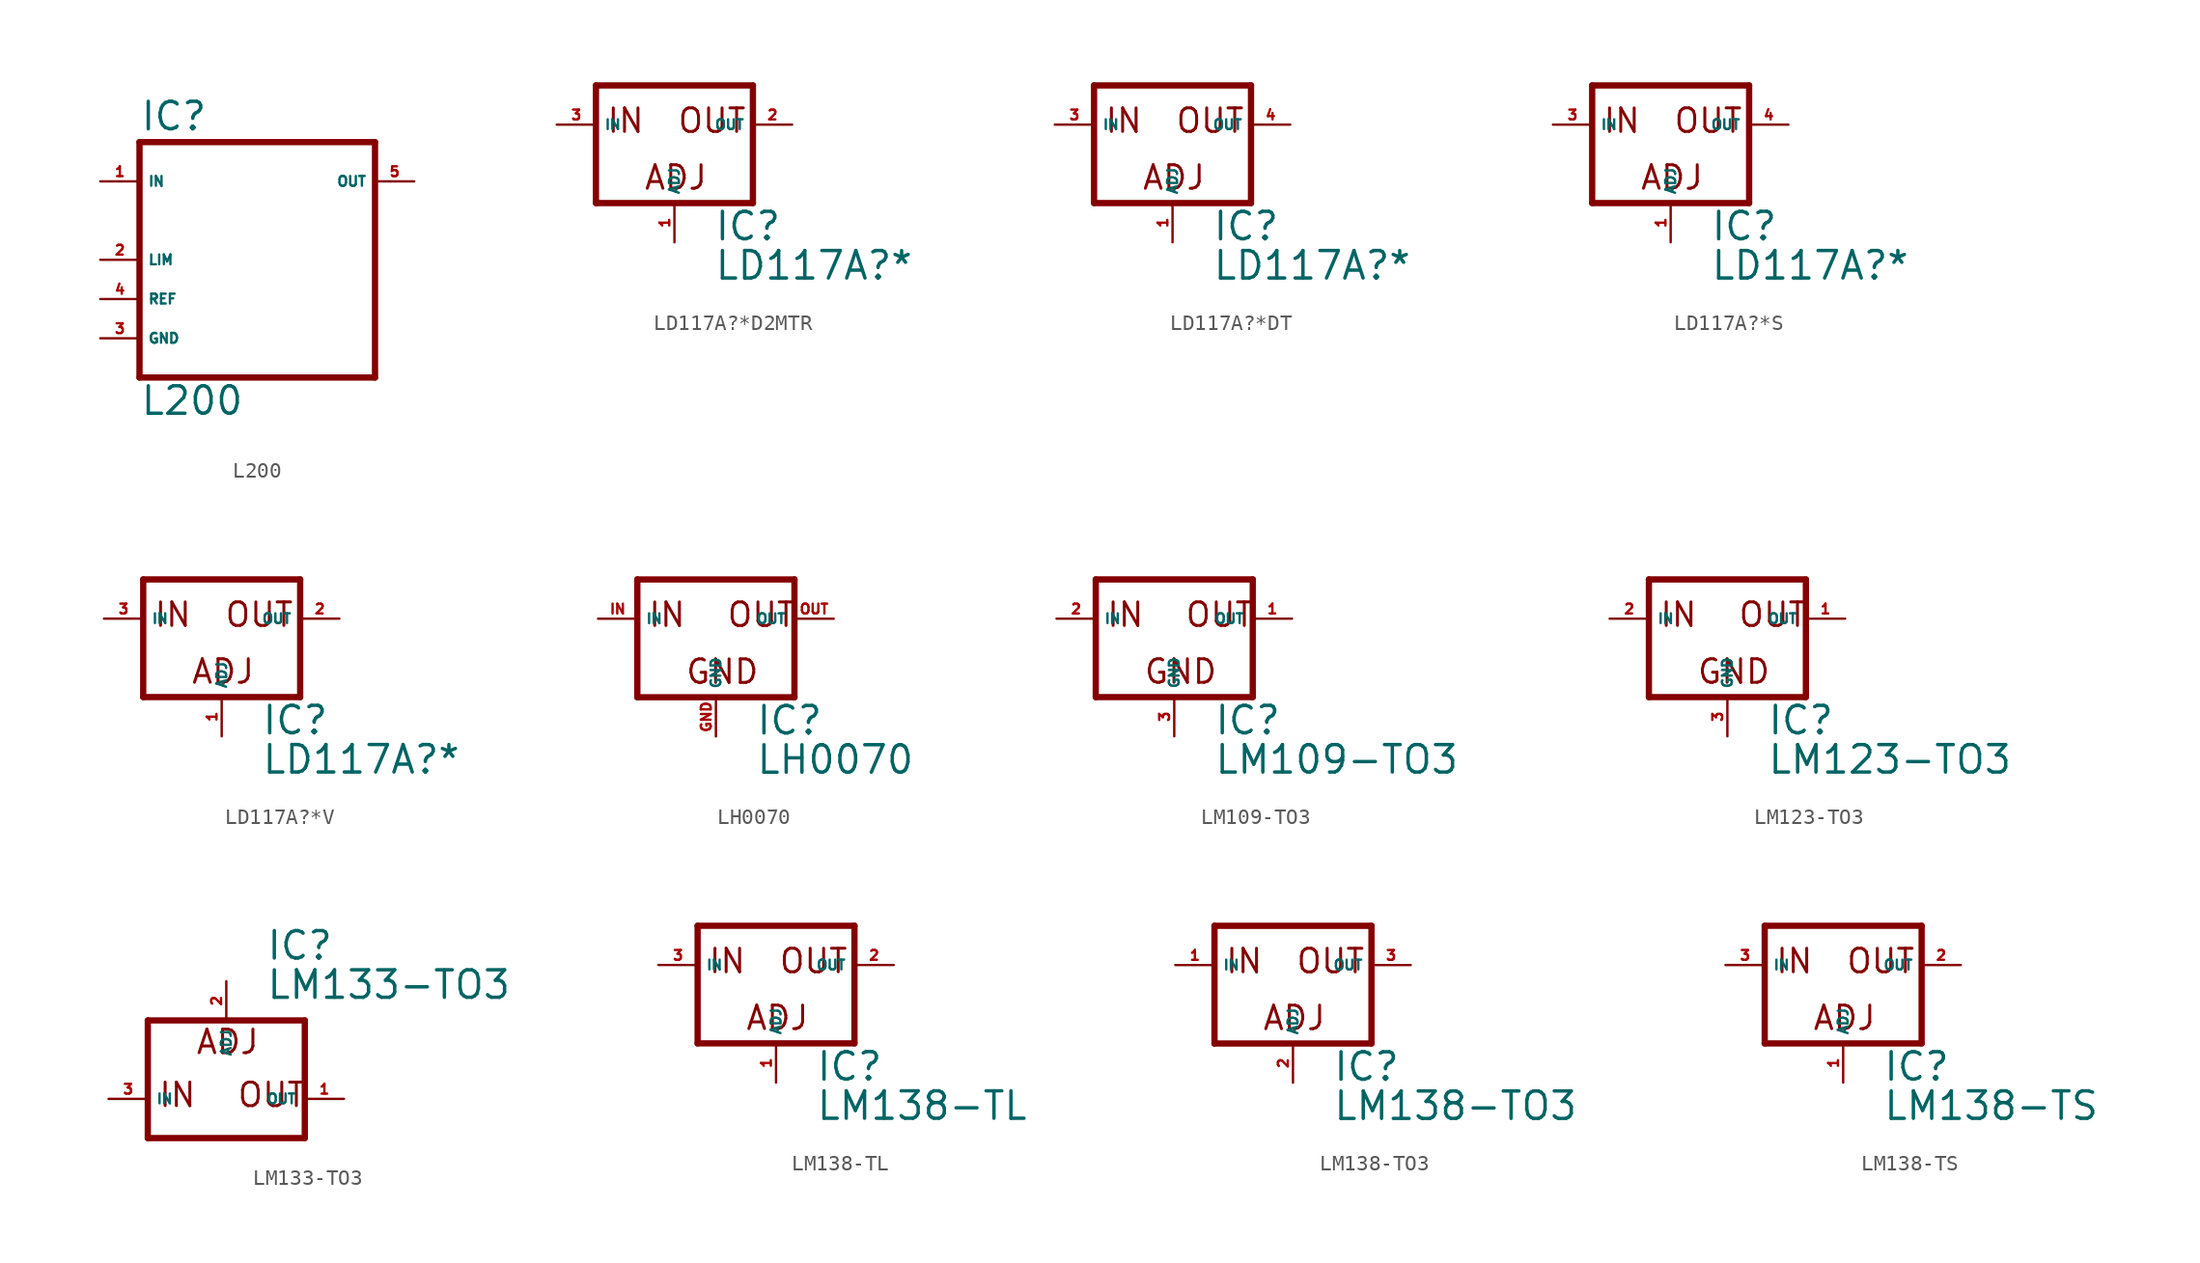
<source format=kicad_sym>
(kicad_symbol_lib
  (version 20220914)
  (generator Eagle2Kicad)
  (symbol "L200"
    (property "Reference" "IC"
      (at -7.62 8.255 0)
      (effects (font (size 1.778 1.778) (thickness 0.22)) (justify left bottom)))
    (property "Value" "L200"
      (at -7.62 -10.16 0)
      (effects (font (size 1.778 1.778) (thickness 0.22)) (justify left bottom)))
    (polyline
      (pts (xy -7.62 -7.62) (xy 7.62 -7.62))
      (stroke (width 0.406) (type default))
      (fill (type none)))
    (polyline
      (pts (xy 7.62 -7.62) (xy 7.62 7.62))
      (stroke (width 0.406) (type default))
      (fill (type none)))
    (polyline
      (pts (xy 7.62 7.62) (xy -7.62 7.62))
      (stroke (width 0.406) (type default))
      (fill (type none)))
    (polyline
      (pts (xy -7.62 7.62) (xy -7.62 -7.62))
      (stroke (width 0.406) (type default))
      (fill (type none)))
    (pin input line
      (at -10.16 5.08 0)
      (length 2.54)
      (name "IN" (effects (font (size 0.635 0.635) (thickness 0.08)) (justify left bottom)))
      (number "1" (effects (font (size 0.635 0.635) (thickness 0.08)) (justify left bottom))))
    (pin passive line
      (at -10.16 -5.08 0)
      (length 2.54)
      (name "GND" (effects (font (size 0.635 0.635) (thickness 0.08)) (justify left bottom)))
      (number "3" (effects (font (size 0.635 0.635) (thickness 0.08)) (justify left bottom))))
    (pin passive line
      (at 10.16 5.08 180)
      (length 2.54)
      (name "OUT" (effects (font (size 0.635 0.635) (thickness 0.08)) (justify left bottom)))
      (number "5" (effects (font (size 0.635 0.635) (thickness 0.08)) (justify left bottom))))
    (pin input line
      (at -10.16 -2.54 0)
      (length 2.54)
      (name "REF" (effects (font (size 0.635 0.635) (thickness 0.08)) (justify left bottom)))
      (number "4" (effects (font (size 0.635 0.635) (thickness 0.08)) (justify left bottom))))
    (pin input line
      (at -10.16 0 0)
      (length 2.54)
      (name "LIM" (effects (font (size 0.635 0.635) (thickness 0.08)) (justify left bottom)))
      (number "2" (effects (font (size 0.635 0.635) (thickness 0.08)) (justify left bottom)))))
  (symbol "LD117A?*D2MTR"
    (property "Reference" "IC"
      (at 2.54 -7.62 0)
      (effects (font (size 1.778 1.778) (thickness 0.22)) (justify left bottom)))
    (property "Value" "LD117A?*"
      (at 2.54 -10.16 0)
      (effects (font (size 1.778 1.778) (thickness 0.22)) (justify left bottom)))
    (polyline
      (pts (xy -5.08 -5.08) (xy 5.08 -5.08))
      (stroke (width 0.406) (type default))
      (fill (type none)))
    (polyline
      (pts (xy 5.08 -5.08) (xy 5.08 2.54))
      (stroke (width 0.406) (type default))
      (fill (type none)))
    (polyline
      (pts (xy 5.08 2.54) (xy -5.08 2.54))
      (stroke (width 0.406) (type default))
      (fill (type none)))
    (polyline
      (pts (xy -5.08 2.54) (xy -5.08 -5.08))
      (stroke (width 0.406) (type default))
      (fill (type none)))
    (text "ADJ"
      (at -2.032 -4.318 0)
      (effects (font (size 1.524 1.524) (thickness 0.19)) (justify left bottom)))
    (text "IN"
      (at -4.445 -0.635 0)
      (effects (font (size 1.524 1.524) (thickness 0.19)) (justify left bottom)))
    (text "OUT"
      (at 0.127 -0.635 0)
      (effects (font (size 1.524 1.524) (thickness 0.19)) (justify left bottom)))
    (pin input line
      (at -7.62 0 0)
      (length 2.54)
      (name "IN" (effects (font (size 0.635 0.635) (thickness 0.08)) (justify left bottom)))
      (number "3" (effects (font (size 0.635 0.635) (thickness 0.08)) (justify left bottom))))
    (pin input line
      (at 0 -7.62 90)
      (length 2.54)
      (name "ADJ" (effects (font (size 0.635 0.635) (thickness 0.08)) (justify left bottom)))
      (number "1" (effects (font (size 0.635 0.635) (thickness 0.08)) (justify left bottom))))
    (pin passive line
      (at 7.62 0 180)
      (length 2.54)
      (name "OUT" (effects (font (size 0.635 0.635) (thickness 0.08)) (justify left bottom)))
      (number "2" (effects (font (size 0.635 0.635) (thickness 0.08)) (justify left bottom)))))
  (symbol "LD117A?*DT"
    (property "Reference" "IC"
      (at 2.54 -7.62 0)
      (effects (font (size 1.778 1.778) (thickness 0.22)) (justify left bottom)))
    (property "Value" "LD117A?*"
      (at 2.54 -10.16 0)
      (effects (font (size 1.778 1.778) (thickness 0.22)) (justify left bottom)))
    (polyline
      (pts (xy -5.08 -5.08) (xy 5.08 -5.08))
      (stroke (width 0.406) (type default))
      (fill (type none)))
    (polyline
      (pts (xy 5.08 -5.08) (xy 5.08 2.54))
      (stroke (width 0.406) (type default))
      (fill (type none)))
    (polyline
      (pts (xy 5.08 2.54) (xy -5.08 2.54))
      (stroke (width 0.406) (type default))
      (fill (type none)))
    (polyline
      (pts (xy -5.08 2.54) (xy -5.08 -5.08))
      (stroke (width 0.406) (type default))
      (fill (type none)))
    (text "ADJ"
      (at -2.032 -4.318 0)
      (effects (font (size 1.524 1.524) (thickness 0.19)) (justify left bottom)))
    (text "IN"
      (at -4.445 -0.635 0)
      (effects (font (size 1.524 1.524) (thickness 0.19)) (justify left bottom)))
    (text "OUT"
      (at 0.127 -0.635 0)
      (effects (font (size 1.524 1.524) (thickness 0.19)) (justify left bottom)))
    (pin input line
      (at -7.62 0 0)
      (length 2.54)
      (name "IN" (effects (font (size 0.635 0.635) (thickness 0.08)) (justify left bottom)))
      (number "3" (effects (font (size 0.635 0.635) (thickness 0.08)) (justify left bottom))))
    (pin input line
      (at 0 -7.62 90)
      (length 2.54)
      (name "ADJ" (effects (font (size 0.635 0.635) (thickness 0.08)) (justify left bottom)))
      (number "1" (effects (font (size 0.635 0.635) (thickness 0.08)) (justify left bottom))))
    (pin passive line
      (at 7.62 0 180)
      (length 2.54)
      (name "OUT" (effects (font (size 0.635 0.635) (thickness 0.08)) (justify left bottom)))
      (number "4" (effects (font (size 0.635 0.635) (thickness 0.08)) (justify left bottom)))))
  (symbol "LD117A?*S"
    (property "Reference" "IC"
      (at 2.54 -7.62 0)
      (effects (font (size 1.778 1.778) (thickness 0.22)) (justify left bottom)))
    (property "Value" "LD117A?*"
      (at 2.54 -10.16 0)
      (effects (font (size 1.778 1.778) (thickness 0.22)) (justify left bottom)))
    (polyline
      (pts (xy -5.08 -5.08) (xy 5.08 -5.08))
      (stroke (width 0.406) (type default))
      (fill (type none)))
    (polyline
      (pts (xy 5.08 -5.08) (xy 5.08 2.54))
      (stroke (width 0.406) (type default))
      (fill (type none)))
    (polyline
      (pts (xy 5.08 2.54) (xy -5.08 2.54))
      (stroke (width 0.406) (type default))
      (fill (type none)))
    (polyline
      (pts (xy -5.08 2.54) (xy -5.08 -5.08))
      (stroke (width 0.406) (type default))
      (fill (type none)))
    (text "ADJ"
      (at -2.032 -4.318 0)
      (effects (font (size 1.524 1.524) (thickness 0.19)) (justify left bottom)))
    (text "IN"
      (at -4.445 -0.635 0)
      (effects (font (size 1.524 1.524) (thickness 0.19)) (justify left bottom)))
    (text "OUT"
      (at 0.127 -0.635 0)
      (effects (font (size 1.524 1.524) (thickness 0.19)) (justify left bottom)))
    (pin input line
      (at -7.62 0 0)
      (length 2.54)
      (name "IN" (effects (font (size 0.635 0.635) (thickness 0.08)) (justify left bottom)))
      (number "3" (effects (font (size 0.635 0.635) (thickness 0.08)) (justify left bottom))))
    (pin input line
      (at 0 -7.62 90)
      (length 2.54)
      (name "ADJ" (effects (font (size 0.635 0.635) (thickness 0.08)) (justify left bottom)))
      (number "1" (effects (font (size 0.635 0.635) (thickness 0.08)) (justify left bottom))))
    (pin passive line
      (at 7.62 0 180)
      (length 2.54)
      (name "OUT" (effects (font (size 0.635 0.635) (thickness 0.08)) (justify left bottom)))
      (number "4" (effects (font (size 0.635 0.635) (thickness 0.08)) (justify left bottom)))))
  (symbol "LD117A?*V"
    (property "Reference" "IC"
      (at 2.54 -7.62 0)
      (effects (font (size 1.778 1.778) (thickness 0.22)) (justify left bottom)))
    (property "Value" "LD117A?*"
      (at 2.54 -10.16 0)
      (effects (font (size 1.778 1.778) (thickness 0.22)) (justify left bottom)))
    (polyline
      (pts (xy -5.08 -5.08) (xy 5.08 -5.08))
      (stroke (width 0.406) (type default))
      (fill (type none)))
    (polyline
      (pts (xy 5.08 -5.08) (xy 5.08 2.54))
      (stroke (width 0.406) (type default))
      (fill (type none)))
    (polyline
      (pts (xy 5.08 2.54) (xy -5.08 2.54))
      (stroke (width 0.406) (type default))
      (fill (type none)))
    (polyline
      (pts (xy -5.08 2.54) (xy -5.08 -5.08))
      (stroke (width 0.406) (type default))
      (fill (type none)))
    (text "ADJ"
      (at -2.032 -4.318 0)
      (effects (font (size 1.524 1.524) (thickness 0.19)) (justify left bottom)))
    (text "IN"
      (at -4.445 -0.635 0)
      (effects (font (size 1.524 1.524) (thickness 0.19)) (justify left bottom)))
    (text "OUT"
      (at 0.127 -0.635 0)
      (effects (font (size 1.524 1.524) (thickness 0.19)) (justify left bottom)))
    (pin input line
      (at -7.62 0 0)
      (length 2.54)
      (name "IN" (effects (font (size 0.635 0.635) (thickness 0.08)) (justify left bottom)))
      (number "3" (effects (font (size 0.635 0.635) (thickness 0.08)) (justify left bottom))))
    (pin input line
      (at 0 -7.62 90)
      (length 2.54)
      (name "ADJ" (effects (font (size 0.635 0.635) (thickness 0.08)) (justify left bottom)))
      (number "1" (effects (font (size 0.635 0.635) (thickness 0.08)) (justify left bottom))))
    (pin passive line
      (at 7.62 0 180)
      (length 2.54)
      (name "OUT" (effects (font (size 0.635 0.635) (thickness 0.08)) (justify left bottom)))
      (number "2" (effects (font (size 0.635 0.635) (thickness 0.08)) (justify left bottom)))))
  (symbol "LH0070"
    (property "Reference" "IC"
      (at 2.54 -7.62 0)
      (effects (font (size 1.778 1.778) (thickness 0.22)) (justify left bottom)))
    (property "Value" "LH0070"
      (at 2.54 -10.16 0)
      (effects (font (size 1.778 1.778) (thickness 0.22)) (justify left bottom)))
    (polyline
      (pts (xy -5.08 -5.08) (xy 5.08 -5.08))
      (stroke (width 0.406) (type default))
      (fill (type none)))
    (polyline
      (pts (xy 5.08 -5.08) (xy 5.08 2.54))
      (stroke (width 0.406) (type default))
      (fill (type none)))
    (polyline
      (pts (xy 5.08 2.54) (xy -5.08 2.54))
      (stroke (width 0.406) (type default))
      (fill (type none)))
    (polyline
      (pts (xy -5.08 2.54) (xy -5.08 -5.08))
      (stroke (width 0.406) (type default))
      (fill (type none)))
    (text "GND"
      (at -2.032 -4.318 0)
      (effects (font (size 1.524 1.524) (thickness 0.19)) (justify left bottom)))
    (text "IN"
      (at -4.445 -0.635 0)
      (effects (font (size 1.524 1.524) (thickness 0.19)) (justify left bottom)))
    (text "OUT"
      (at 0.635 -0.635 0)
      (effects (font (size 1.524 1.524) (thickness 0.19)) (justify left bottom)))
    (pin input line
      (at -7.62 0 0)
      (length 2.54)
      (name "IN" (effects (font (size 0.635 0.635) (thickness 0.08)) (justify left bottom)))
      (number "IN" (effects (font (size 0.635 0.635) (thickness 0.08)) (justify left bottom))))
    (pin input line
      (at 0 -7.62 90)
      (length 2.54)
      (name "GND" (effects (font (size 0.635 0.635) (thickness 0.08)) (justify left bottom)))
      (number "GND" (effects (font (size 0.635 0.635) (thickness 0.08)) (justify left bottom))))
    (pin passive line
      (at 7.62 0 180)
      (length 2.54)
      (name "OUT" (effects (font (size 0.635 0.635) (thickness 0.08)) (justify left bottom)))
      (number "OUT" (effects (font (size 0.635 0.635) (thickness 0.08)) (justify left bottom)))))
  (symbol "LM109-TO3"
    (property "Reference" "IC"
      (at 2.54 -7.62 0)
      (effects (font (size 1.778 1.778) (thickness 0.22)) (justify left bottom)))
    (property "Value" "LM109-TO3"
      (at 2.54 -10.16 0)
      (effects (font (size 1.778 1.778) (thickness 0.22)) (justify left bottom)))
    (polyline
      (pts (xy -5.08 -5.08) (xy 5.08 -5.08))
      (stroke (width 0.406) (type default))
      (fill (type none)))
    (polyline
      (pts (xy 5.08 -5.08) (xy 5.08 2.54))
      (stroke (width 0.406) (type default))
      (fill (type none)))
    (polyline
      (pts (xy 5.08 2.54) (xy -5.08 2.54))
      (stroke (width 0.406) (type default))
      (fill (type none)))
    (polyline
      (pts (xy -5.08 2.54) (xy -5.08 -5.08))
      (stroke (width 0.406) (type default))
      (fill (type none)))
    (text "GND"
      (at -2.032 -4.318 0)
      (effects (font (size 1.524 1.524) (thickness 0.19)) (justify left bottom)))
    (text "IN"
      (at -4.445 -0.635 0)
      (effects (font (size 1.524 1.524) (thickness 0.19)) (justify left bottom)))
    (text "OUT"
      (at 0.635 -0.635 0)
      (effects (font (size 1.524 1.524) (thickness 0.19)) (justify left bottom)))
    (pin input line
      (at -7.62 0 0)
      (length 2.54)
      (name "IN" (effects (font (size 0.635 0.635) (thickness 0.08)) (justify left bottom)))
      (number "2" (effects (font (size 0.635 0.635) (thickness 0.08)) (justify left bottom))))
    (pin input line
      (at 0 -7.62 90)
      (length 2.54)
      (name "GND" (effects (font (size 0.635 0.635) (thickness 0.08)) (justify left bottom)))
      (number "3" (effects (font (size 0.635 0.635) (thickness 0.08)) (justify left bottom))))
    (pin passive line
      (at 7.62 0 180)
      (length 2.54)
      (name "OUT" (effects (font (size 0.635 0.635) (thickness 0.08)) (justify left bottom)))
      (number "1" (effects (font (size 0.635 0.635) (thickness 0.08)) (justify left bottom)))))
  (symbol "LM123-TO3"
    (property "Reference" "IC"
      (at 2.54 -7.62 0)
      (effects (font (size 1.778 1.778) (thickness 0.22)) (justify left bottom)))
    (property "Value" "LM123-TO3"
      (at 2.54 -10.16 0)
      (effects (font (size 1.778 1.778) (thickness 0.22)) (justify left bottom)))
    (polyline
      (pts (xy -5.08 -5.08) (xy 5.08 -5.08))
      (stroke (width 0.406) (type default))
      (fill (type none)))
    (polyline
      (pts (xy 5.08 -5.08) (xy 5.08 2.54))
      (stroke (width 0.406) (type default))
      (fill (type none)))
    (polyline
      (pts (xy 5.08 2.54) (xy -5.08 2.54))
      (stroke (width 0.406) (type default))
      (fill (type none)))
    (polyline
      (pts (xy -5.08 2.54) (xy -5.08 -5.08))
      (stroke (width 0.406) (type default))
      (fill (type none)))
    (text "GND"
      (at -2.032 -4.318 0)
      (effects (font (size 1.524 1.524) (thickness 0.19)) (justify left bottom)))
    (text "IN"
      (at -4.445 -0.635 0)
      (effects (font (size 1.524 1.524) (thickness 0.19)) (justify left bottom)))
    (text "OUT"
      (at 0.635 -0.635 0)
      (effects (font (size 1.524 1.524) (thickness 0.19)) (justify left bottom)))
    (pin input line
      (at -7.62 0 0)
      (length 2.54)
      (name "IN" (effects (font (size 0.635 0.635) (thickness 0.08)) (justify left bottom)))
      (number "2" (effects (font (size 0.635 0.635) (thickness 0.08)) (justify left bottom))))
    (pin input line
      (at 0 -7.62 90)
      (length 2.54)
      (name "GND" (effects (font (size 0.635 0.635) (thickness 0.08)) (justify left bottom)))
      (number "3" (effects (font (size 0.635 0.635) (thickness 0.08)) (justify left bottom))))
    (pin passive line
      (at 7.62 0 180)
      (length 2.54)
      (name "OUT" (effects (font (size 0.635 0.635) (thickness 0.08)) (justify left bottom)))
      (number "1" (effects (font (size 0.635 0.635) (thickness 0.08)) (justify left bottom)))))
  (symbol "LM133-TO3"
    (property "Reference" "IC"
      (at 2.54 8.89 0)
      (effects (font (size 1.778 1.778) (thickness 0.22)) (justify left bottom)))
    (property "Value" "LM133-TO3"
      (at 2.54 6.35 0)
      (effects (font (size 1.778 1.778) (thickness 0.22)) (justify left bottom)))
    (polyline
      (pts (xy -5.08 -2.54) (xy 5.08 -2.54))
      (stroke (width 0.406) (type default))
      (fill (type none)))
    (polyline
      (pts (xy 5.08 -2.54) (xy 5.08 5.08))
      (stroke (width 0.406) (type default))
      (fill (type none)))
    (polyline
      (pts (xy 5.08 5.08) (xy -5.08 5.08))
      (stroke (width 0.406) (type default))
      (fill (type none)))
    (polyline
      (pts (xy -5.08 5.08) (xy -5.08 -2.54))
      (stroke (width 0.406) (type default))
      (fill (type none)))
    (text "ADJ"
      (at -2.032 2.794 0)
      (effects (font (size 1.524 1.524) (thickness 0.19)) (justify left bottom)))
    (text "IN"
      (at -4.445 -0.635 0)
      (effects (font (size 1.524 1.524) (thickness 0.19)) (justify left bottom)))
    (text "OUT"
      (at 0.635 -0.635 0)
      (effects (font (size 1.524 1.524) (thickness 0.19)) (justify left bottom)))
    (pin input line
      (at -7.62 0 0)
      (length 2.54)
      (name "IN" (effects (font (size 0.635 0.635) (thickness 0.08)) (justify left bottom)))
      (number "3" (effects (font (size 0.635 0.635) (thickness 0.08)) (justify left bottom))))
    (pin input line
      (at 0 7.62 270)
      (length 2.54)
      (name "ADJ" (effects (font (size 0.635 0.635) (thickness 0.08)) (justify left bottom)))
      (number "2" (effects (font (size 0.635 0.635) (thickness 0.08)) (justify left bottom))))
    (pin passive line
      (at 7.62 0 180)
      (length 2.54)
      (name "OUT" (effects (font (size 0.635 0.635) (thickness 0.08)) (justify left bottom)))
      (number "1" (effects (font (size 0.635 0.635) (thickness 0.08)) (justify left bottom)))))
  (symbol "LM138-TL"
    (property "Reference" "IC"
      (at 2.54 -7.62 0)
      (effects (font (size 1.778 1.778) (thickness 0.22)) (justify left bottom)))
    (property "Value" "LM138-TL"
      (at 2.54 -10.16 0)
      (effects (font (size 1.778 1.778) (thickness 0.22)) (justify left bottom)))
    (polyline
      (pts (xy -5.08 -5.08) (xy 5.08 -5.08))
      (stroke (width 0.406) (type default))
      (fill (type none)))
    (polyline
      (pts (xy 5.08 -5.08) (xy 5.08 2.54))
      (stroke (width 0.406) (type default))
      (fill (type none)))
    (polyline
      (pts (xy 5.08 2.54) (xy -5.08 2.54))
      (stroke (width 0.406) (type default))
      (fill (type none)))
    (polyline
      (pts (xy -5.08 2.54) (xy -5.08 -5.08))
      (stroke (width 0.406) (type default))
      (fill (type none)))
    (text "ADJ"
      (at -2.032 -4.318 0)
      (effects (font (size 1.524 1.524) (thickness 0.19)) (justify left bottom)))
    (text "IN"
      (at -4.445 -0.635 0)
      (effects (font (size 1.524 1.524) (thickness 0.19)) (justify left bottom)))
    (text "OUT"
      (at 0.127 -0.635 0)
      (effects (font (size 1.524 1.524) (thickness 0.19)) (justify left bottom)))
    (pin input line
      (at -7.62 0 0)
      (length 2.54)
      (name "IN" (effects (font (size 0.635 0.635) (thickness 0.08)) (justify left bottom)))
      (number "3" (effects (font (size 0.635 0.635) (thickness 0.08)) (justify left bottom))))
    (pin input line
      (at 0 -7.62 90)
      (length 2.54)
      (name "ADJ" (effects (font (size 0.635 0.635) (thickness 0.08)) (justify left bottom)))
      (number "1" (effects (font (size 0.635 0.635) (thickness 0.08)) (justify left bottom))))
    (pin passive line
      (at 7.62 0 180)
      (length 2.54)
      (name "OUT" (effects (font (size 0.635 0.635) (thickness 0.08)) (justify left bottom)))
      (number "2" (effects (font (size 0.635 0.635) (thickness 0.08)) (justify left bottom)))))
  (symbol "LM138-TO3"
    (property "Reference" "IC"
      (at 2.54 -7.62 0)
      (effects (font (size 1.778 1.778) (thickness 0.22)) (justify left bottom)))
    (property "Value" "LM138-TO3"
      (at 2.54 -10.16 0)
      (effects (font (size 1.778 1.778) (thickness 0.22)) (justify left bottom)))
    (polyline
      (pts (xy -5.08 -5.08) (xy 5.08 -5.08))
      (stroke (width 0.406) (type default))
      (fill (type none)))
    (polyline
      (pts (xy 5.08 -5.08) (xy 5.08 2.54))
      (stroke (width 0.406) (type default))
      (fill (type none)))
    (polyline
      (pts (xy 5.08 2.54) (xy -5.08 2.54))
      (stroke (width 0.406) (type default))
      (fill (type none)))
    (polyline
      (pts (xy -5.08 2.54) (xy -5.08 -5.08))
      (stroke (width 0.406) (type default))
      (fill (type none)))
    (text "ADJ"
      (at -2.032 -4.318 0)
      (effects (font (size 1.524 1.524) (thickness 0.19)) (justify left bottom)))
    (text "IN"
      (at -4.445 -0.635 0)
      (effects (font (size 1.524 1.524) (thickness 0.19)) (justify left bottom)))
    (text "OUT"
      (at 0.127 -0.635 0)
      (effects (font (size 1.524 1.524) (thickness 0.19)) (justify left bottom)))
    (pin input line
      (at -7.62 0 0)
      (length 2.54)
      (name "IN" (effects (font (size 0.635 0.635) (thickness 0.08)) (justify left bottom)))
      (number "1" (effects (font (size 0.635 0.635) (thickness 0.08)) (justify left bottom))))
    (pin input line
      (at 0 -7.62 90)
      (length 2.54)
      (name "ADJ" (effects (font (size 0.635 0.635) (thickness 0.08)) (justify left bottom)))
      (number "2" (effects (font (size 0.635 0.635) (thickness 0.08)) (justify left bottom))))
    (pin passive line
      (at 7.62 0 180)
      (length 2.54)
      (name "OUT" (effects (font (size 0.635 0.635) (thickness 0.08)) (justify left bottom)))
      (number "3" (effects (font (size 0.635 0.635) (thickness 0.08)) (justify left bottom)))))
  (symbol "LM138-TS"
    (property "Reference" "IC"
      (at 2.54 -7.62 0)
      (effects (font (size 1.778 1.778) (thickness 0.22)) (justify left bottom)))
    (property "Value" "LM138-TS"
      (at 2.54 -10.16 0)
      (effects (font (size 1.778 1.778) (thickness 0.22)) (justify left bottom)))
    (polyline
      (pts (xy -5.08 -5.08) (xy 5.08 -5.08))
      (stroke (width 0.406) (type default))
      (fill (type none)))
    (polyline
      (pts (xy 5.08 -5.08) (xy 5.08 2.54))
      (stroke (width 0.406) (type default))
      (fill (type none)))
    (polyline
      (pts (xy 5.08 2.54) (xy -5.08 2.54))
      (stroke (width 0.406) (type default))
      (fill (type none)))
    (polyline
      (pts (xy -5.08 2.54) (xy -5.08 -5.08))
      (stroke (width 0.406) (type default))
      (fill (type none)))
    (text "ADJ"
      (at -2.032 -4.318 0)
      (effects (font (size 1.524 1.524) (thickness 0.19)) (justify left bottom)))
    (text "IN"
      (at -4.445 -0.635 0)
      (effects (font (size 1.524 1.524) (thickness 0.19)) (justify left bottom)))
    (text "OUT"
      (at 0.127 -0.635 0)
      (effects (font (size 1.524 1.524) (thickness 0.19)) (justify left bottom)))
    (pin input line
      (at -7.62 0 0)
      (length 2.54)
      (name "IN" (effects (font (size 0.635 0.635) (thickness 0.08)) (justify left bottom)))
      (number "3" (effects (font (size 0.635 0.635) (thickness 0.08)) (justify left bottom))))
    (pin input line
      (at 0 -7.62 90)
      (length 2.54)
      (name "ADJ" (effects (font (size 0.635 0.635) (thickness 0.08)) (justify left bottom)))
      (number "1" (effects (font (size 0.635 0.635) (thickness 0.08)) (justify left bottom))))
    (pin passive line
      (at 7.62 0 180)
      (length 2.54)
      (name "OUT" (effects (font (size 0.635 0.635) (thickness 0.08)) (justify left bottom)))
      (number "2" (effects (font (size 0.635 0.635) (thickness 0.08)) (justify left bottom))))))
</source>
